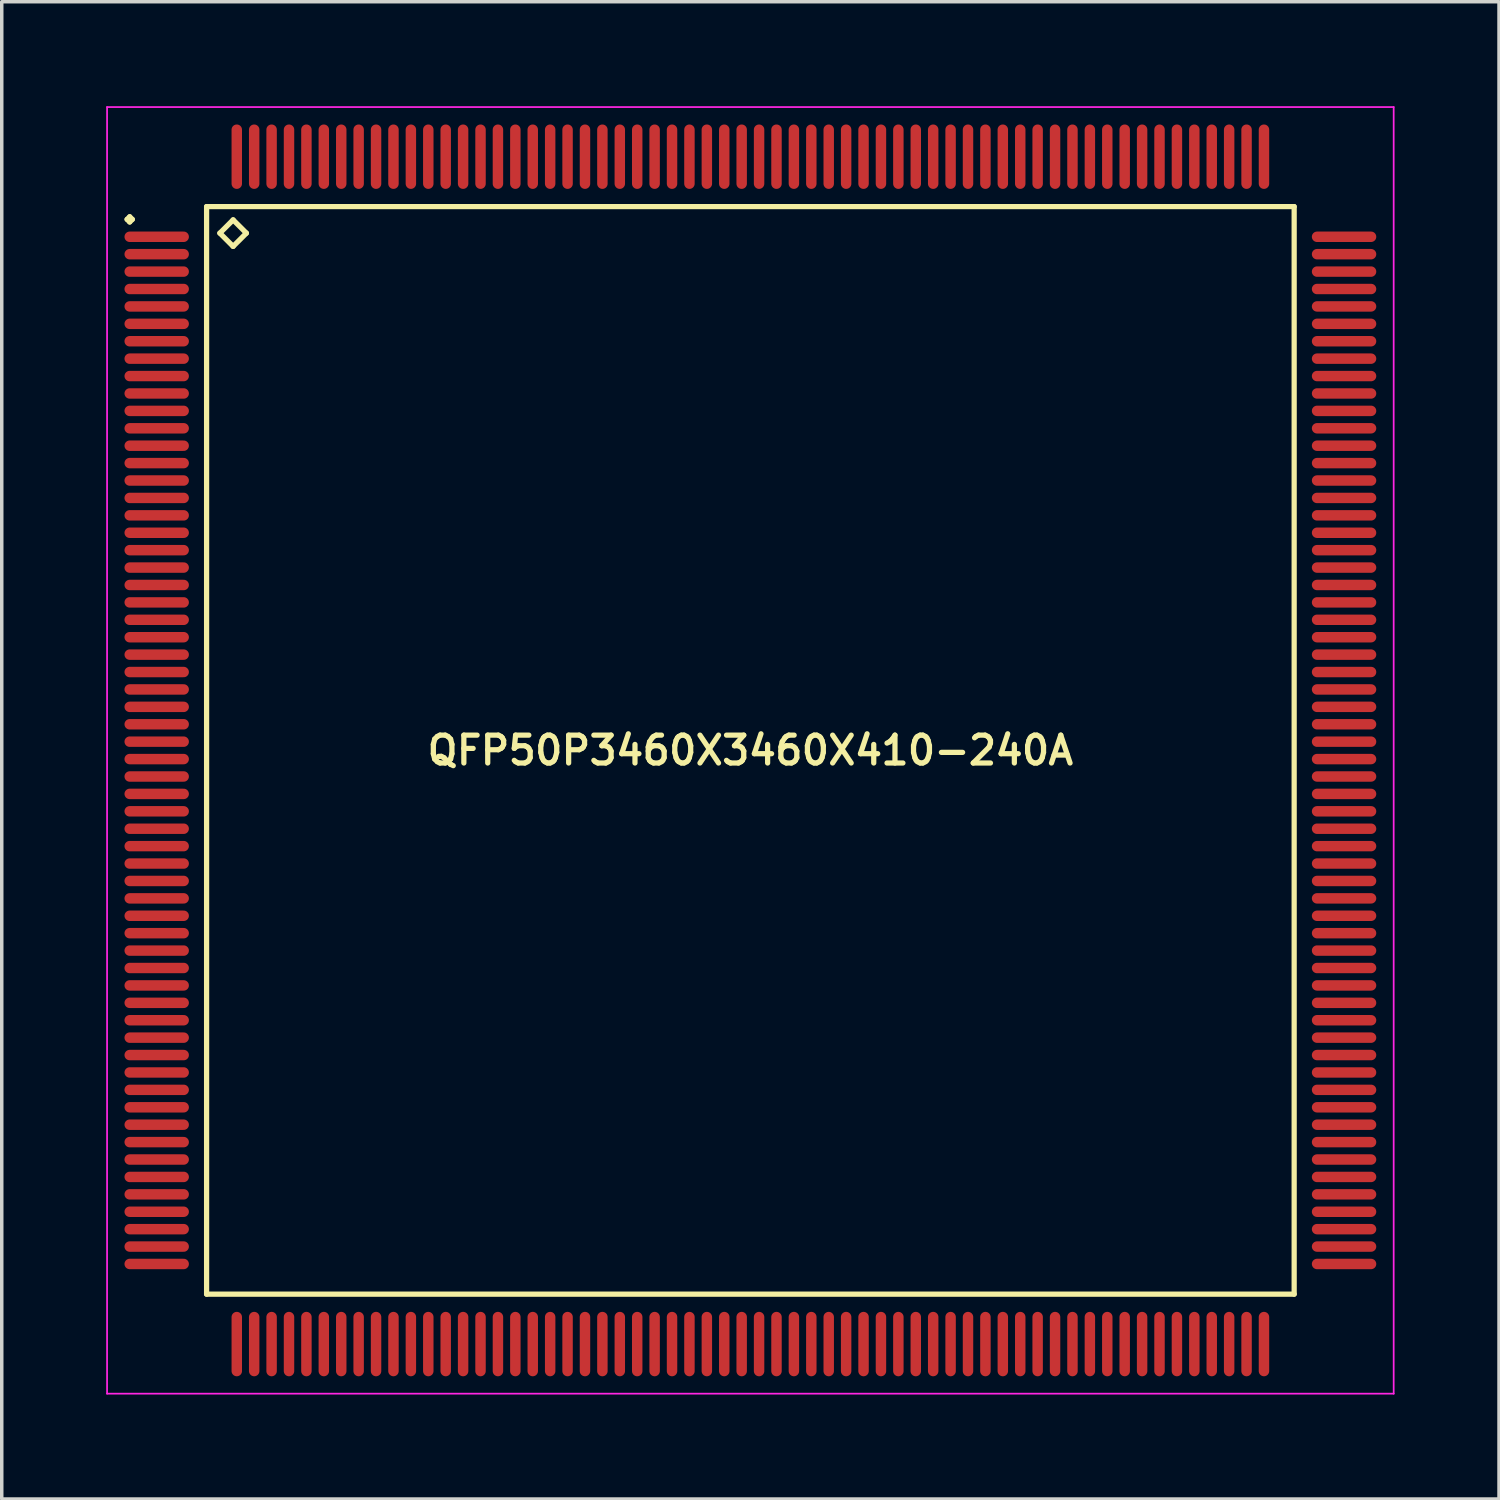
<source format=kicad_pcb>
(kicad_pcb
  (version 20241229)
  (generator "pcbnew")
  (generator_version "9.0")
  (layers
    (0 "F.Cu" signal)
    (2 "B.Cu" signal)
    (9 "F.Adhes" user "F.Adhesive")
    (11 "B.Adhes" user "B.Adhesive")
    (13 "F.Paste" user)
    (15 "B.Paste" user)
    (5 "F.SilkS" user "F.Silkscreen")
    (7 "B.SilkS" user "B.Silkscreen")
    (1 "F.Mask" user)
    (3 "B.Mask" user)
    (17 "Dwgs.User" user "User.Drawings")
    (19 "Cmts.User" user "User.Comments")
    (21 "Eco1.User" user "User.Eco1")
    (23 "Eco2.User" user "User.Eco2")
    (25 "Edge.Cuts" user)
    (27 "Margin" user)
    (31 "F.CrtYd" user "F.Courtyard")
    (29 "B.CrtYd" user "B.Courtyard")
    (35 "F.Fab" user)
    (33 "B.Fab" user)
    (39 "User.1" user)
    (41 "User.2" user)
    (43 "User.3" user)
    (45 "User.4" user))
  (footprint "QFP50P3460X3460X410-240A"
    (layer "F.Cu")
    (at 18.5 18.5)
    (property "Reference" "QFP50P3460X3460X410-240A" (at 0 0 0) (layer "F.SilkS") (effects (font (size 0.8 0.8) (thickness 0.15))))
    (attr smd)
    (fp_line (start -17.9 -15.25) (end -17.825 -15.325) (stroke (width 0.15) (type solid)) (layer "F.SilkS"))
    (fp_line (start -17.825 -15.325) (end -17.75 -15.25) (stroke (width 0.15) (type solid)) (layer "F.SilkS"))
    (fp_line (start -17.825 -15.175) (end -17.9 -15.25) (stroke (width 0.15) (type solid)) (layer "F.SilkS"))
    (fp_line (start -17.75 -15.25) (end -17.825 -15.175) (stroke (width 0.15) (type solid)) (layer "F.SilkS"))
    (fp_line (start -15.617 -15.617) (end -15.617 15.617) (stroke (width 0.15) (type solid)) (layer "F.SilkS"))
    (fp_line (start -15.617 15.617) (end 15.617 15.617) (stroke (width 0.15) (type solid)) (layer "F.SilkS"))
    (fp_line (start -15.236 -14.855) (end -14.855 -15.236) (stroke (width 0.15) (type solid)) (layer "F.SilkS"))
    (fp_line (start -14.855 -15.236) (end -14.474 -14.855) (stroke (width 0.15) (type solid)) (layer "F.SilkS"))
    (fp_line (start -14.855 -14.474) (end -15.236 -14.855) (stroke (width 0.15) (type solid)) (layer "F.SilkS"))
    (fp_line (start -14.474 -14.855) (end -14.855 -14.474) (stroke (width 0.15) (type solid)) (layer "F.SilkS"))
    (fp_line (start 15.617 -15.617) (end -15.617 -15.617) (stroke (width 0.15) (type solid)) (layer "F.SilkS"))
    (fp_line (start 15.617 15.617) (end 15.617 -15.617) (stroke (width 0.15) (type solid)) (layer "F.SilkS"))
    (fp_line (start -18.475 -18.475) (end 18.475 -18.475) (stroke (width 0.05) (type solid)) (layer "F.CrtYd"))
    (fp_line (start -18.475 18.475) (end -18.475 -18.475) (stroke (width 0.05) (type solid)) (layer "F.CrtYd"))
    (fp_line (start 18.475 -18.475) (end 18.475 18.475) (stroke (width 0.05) (type solid)) (layer "F.CrtYd"))
    (fp_line (start 18.475 18.475) (end -18.475 18.475) (stroke (width 0.05) (type solid)) (layer "F.CrtYd"))
    (pad "1" smd oval (at -17.05 -14.75) (size 1.85 0.3) (layers "F.Cu" "F.Mask" "F.Paste"))
    (pad "2" smd oval (at -17.05 -14.25) (size 1.85 0.3) (layers "F.Cu" "F.Mask" "F.Paste"))
    (pad "3" smd oval (at -17.05 -13.75) (size 1.85 0.3) (layers "F.Cu" "F.Mask" "F.Paste"))
    (pad "4" smd oval (at -17.05 -13.25) (size 1.85 0.3) (layers "F.Cu" "F.Mask" "F.Paste"))
    (pad "5" smd oval (at -17.05 -12.75) (size 1.85 0.3) (layers "F.Cu" "F.Mask" "F.Paste"))
    (pad "6" smd oval (at -17.05 -12.25) (size 1.85 0.3) (layers "F.Cu" "F.Mask" "F.Paste"))
    (pad "7" smd oval (at -17.05 -11.75) (size 1.85 0.3) (layers "F.Cu" "F.Mask" "F.Paste"))
    (pad "8" smd oval (at -17.05 -11.25) (size 1.85 0.3) (layers "F.Cu" "F.Mask" "F.Paste"))
    (pad "9" smd oval (at -17.05 -10.75) (size 1.85 0.3) (layers "F.Cu" "F.Mask" "F.Paste"))
    (pad "10" smd oval (at -17.05 -10.25) (size 1.85 0.3) (layers "F.Cu" "F.Mask" "F.Paste"))
    (pad "11" smd oval (at -17.05 -9.75) (size 1.85 0.3) (layers "F.Cu" "F.Mask" "F.Paste"))
    (pad "12" smd oval (at -17.05 -9.25) (size 1.85 0.3) (layers "F.Cu" "F.Mask" "F.Paste"))
    (pad "13" smd oval (at -17.05 -8.75) (size 1.85 0.3) (layers "F.Cu" "F.Mask" "F.Paste"))
    (pad "14" smd oval (at -17.05 -8.25) (size 1.85 0.3) (layers "F.Cu" "F.Mask" "F.Paste"))
    (pad "15" smd oval (at -17.05 -7.75) (size 1.85 0.3) (layers "F.Cu" "F.Mask" "F.Paste"))
    (pad "16" smd oval (at -17.05 -7.25) (size 1.85 0.3) (layers "F.Cu" "F.Mask" "F.Paste"))
    (pad "17" smd oval (at -17.05 -6.75) (size 1.85 0.3) (layers "F.Cu" "F.Mask" "F.Paste"))
    (pad "18" smd oval (at -17.05 -6.25) (size 1.85 0.3) (layers "F.Cu" "F.Mask" "F.Paste"))
    (pad "19" smd oval (at -17.05 -5.75) (size 1.85 0.3) (layers "F.Cu" "F.Mask" "F.Paste"))
    (pad "20" smd oval (at -17.05 -5.25) (size 1.85 0.3) (layers "F.Cu" "F.Mask" "F.Paste"))
    (pad "21" smd oval (at -17.05 -4.75) (size 1.85 0.3) (layers "F.Cu" "F.Mask" "F.Paste"))
    (pad "22" smd oval (at -17.05 -4.25) (size 1.85 0.3) (layers "F.Cu" "F.Mask" "F.Paste"))
    (pad "23" smd oval (at -17.05 -3.75) (size 1.85 0.3) (layers "F.Cu" "F.Mask" "F.Paste"))
    (pad "24" smd oval (at -17.05 -3.25) (size 1.85 0.3) (layers "F.Cu" "F.Mask" "F.Paste"))
    (pad "25" smd oval (at -17.05 -2.75) (size 1.85 0.3) (layers "F.Cu" "F.Mask" "F.Paste"))
    (pad "26" smd oval (at -17.05 -2.25) (size 1.85 0.3) (layers "F.Cu" "F.Mask" "F.Paste"))
    (pad "27" smd oval (at -17.05 -1.75) (size 1.85 0.3) (layers "F.Cu" "F.Mask" "F.Paste"))
    (pad "28" smd oval (at -17.05 -1.25) (size 1.85 0.3) (layers "F.Cu" "F.Mask" "F.Paste"))
    (pad "29" smd oval (at -17.05 -0.75) (size 1.85 0.3) (layers "F.Cu" "F.Mask" "F.Paste"))
    (pad "30" smd oval (at -17.05 -0.25) (size 1.85 0.3) (layers "F.Cu" "F.Mask" "F.Paste"))
    (pad "31" smd oval (at -17.05 0.25) (size 1.85 0.3) (layers "F.Cu" "F.Mask" "F.Paste"))
    (pad "32" smd oval (at -17.05 0.75) (size 1.85 0.3) (layers "F.Cu" "F.Mask" "F.Paste"))
    (pad "33" smd oval (at -17.05 1.25) (size 1.85 0.3) (layers "F.Cu" "F.Mask" "F.Paste"))
    (pad "34" smd oval (at -17.05 1.75) (size 1.85 0.3) (layers "F.Cu" "F.Mask" "F.Paste"))
    (pad "35" smd oval (at -17.05 2.25) (size 1.85 0.3) (layers "F.Cu" "F.Mask" "F.Paste"))
    (pad "36" smd oval (at -17.05 2.75) (size 1.85 0.3) (layers "F.Cu" "F.Mask" "F.Paste"))
    (pad "37" smd oval (at -17.05 3.25) (size 1.85 0.3) (layers "F.Cu" "F.Mask" "F.Paste"))
    (pad "38" smd oval (at -17.05 3.75) (size 1.85 0.3) (layers "F.Cu" "F.Mask" "F.Paste"))
    (pad "39" smd oval (at -17.05 4.25) (size 1.85 0.3) (layers "F.Cu" "F.Mask" "F.Paste"))
    (pad "40" smd oval (at -17.05 4.75) (size 1.85 0.3) (layers "F.Cu" "F.Mask" "F.Paste"))
    (pad "41" smd oval (at -17.05 5.25) (size 1.85 0.3) (layers "F.Cu" "F.Mask" "F.Paste"))
    (pad "42" smd oval (at -17.05 5.75) (size 1.85 0.3) (layers "F.Cu" "F.Mask" "F.Paste"))
    (pad "43" smd oval (at -17.05 6.25) (size 1.85 0.3) (layers "F.Cu" "F.Mask" "F.Paste"))
    (pad "44" smd oval (at -17.05 6.75) (size 1.85 0.3) (layers "F.Cu" "F.Mask" "F.Paste"))
    (pad "45" smd oval (at -17.05 7.25) (size 1.85 0.3) (layers "F.Cu" "F.Mask" "F.Paste"))
    (pad "46" smd oval (at -17.05 7.75) (size 1.85 0.3) (layers "F.Cu" "F.Mask" "F.Paste"))
    (pad "47" smd oval (at -17.05 8.25) (size 1.85 0.3) (layers "F.Cu" "F.Mask" "F.Paste"))
    (pad "48" smd oval (at -17.05 8.75) (size 1.85 0.3) (layers "F.Cu" "F.Mask" "F.Paste"))
    (pad "49" smd oval (at -17.05 9.25) (size 1.85 0.3) (layers "F.Cu" "F.Mask" "F.Paste"))
    (pad "50" smd oval (at -17.05 9.75) (size 1.85 0.3) (layers "F.Cu" "F.Mask" "F.Paste"))
    (pad "51" smd oval (at -17.05 10.25) (size 1.85 0.3) (layers "F.Cu" "F.Mask" "F.Paste"))
    (pad "52" smd oval (at -17.05 10.75) (size 1.85 0.3) (layers "F.Cu" "F.Mask" "F.Paste"))
    (pad "53" smd oval (at -17.05 11.25) (size 1.85 0.3) (layers "F.Cu" "F.Mask" "F.Paste"))
    (pad "54" smd oval (at -17.05 11.75) (size 1.85 0.3) (layers "F.Cu" "F.Mask" "F.Paste"))
    (pad "55" smd oval (at -17.05 12.25) (size 1.85 0.3) (layers "F.Cu" "F.Mask" "F.Paste"))
    (pad "56" smd oval (at -17.05 12.75) (size 1.85 0.3) (layers "F.Cu" "F.Mask" "F.Paste"))
    (pad "57" smd oval (at -17.05 13.25) (size 1.85 0.3) (layers "F.Cu" "F.Mask" "F.Paste"))
    (pad "58" smd oval (at -17.05 13.75) (size 1.85 0.3) (layers "F.Cu" "F.Mask" "F.Paste"))
    (pad "59" smd oval (at -17.05 14.25) (size 1.85 0.3) (layers "F.Cu" "F.Mask" "F.Paste"))
    (pad "60" smd oval (at -17.05 14.75) (size 1.85 0.3) (layers "F.Cu" "F.Mask" "F.Paste"))
    (pad "61" smd oval (at -14.75 17.05) (size 0.3 1.85) (layers "F.Cu" "F.Mask" "F.Paste"))
    (pad "62" smd oval (at -14.25 17.05) (size 0.3 1.85) (layers "F.Cu" "F.Mask" "F.Paste"))
    (pad "63" smd oval (at -13.75 17.05) (size 0.3 1.85) (layers "F.Cu" "F.Mask" "F.Paste"))
    (pad "64" smd oval (at -13.25 17.05) (size 0.3 1.85) (layers "F.Cu" "F.Mask" "F.Paste"))
    (pad "65" smd oval (at -12.75 17.05) (size 0.3 1.85) (layers "F.Cu" "F.Mask" "F.Paste"))
    (pad "66" smd oval (at -12.25 17.05) (size 0.3 1.85) (layers "F.Cu" "F.Mask" "F.Paste"))
    (pad "67" smd oval (at -11.75 17.05) (size 0.3 1.85) (layers "F.Cu" "F.Mask" "F.Paste"))
    (pad "68" smd oval (at -11.25 17.05) (size 0.3 1.85) (layers "F.Cu" "F.Mask" "F.Paste"))
    (pad "69" smd oval (at -10.75 17.05) (size 0.3 1.85) (layers "F.Cu" "F.Mask" "F.Paste"))
    (pad "70" smd oval (at -10.25 17.05) (size 0.3 1.85) (layers "F.Cu" "F.Mask" "F.Paste"))
    (pad "71" smd oval (at -9.75 17.05) (size 0.3 1.85) (layers "F.Cu" "F.Mask" "F.Paste"))
    (pad "72" smd oval (at -9.25 17.05) (size 0.3 1.85) (layers "F.Cu" "F.Mask" "F.Paste"))
    (pad "73" smd oval (at -8.75 17.05) (size 0.3 1.85) (layers "F.Cu" "F.Mask" "F.Paste"))
    (pad "74" smd oval (at -8.25 17.05) (size 0.3 1.85) (layers "F.Cu" "F.Mask" "F.Paste"))
    (pad "75" smd oval (at -7.75 17.05) (size 0.3 1.85) (layers "F.Cu" "F.Mask" "F.Paste"))
    (pad "76" smd oval (at -7.25 17.05) (size 0.3 1.85) (layers "F.Cu" "F.Mask" "F.Paste"))
    (pad "77" smd oval (at -6.75 17.05) (size 0.3 1.85) (layers "F.Cu" "F.Mask" "F.Paste"))
    (pad "78" smd oval (at -6.25 17.05) (size 0.3 1.85) (layers "F.Cu" "F.Mask" "F.Paste"))
    (pad "79" smd oval (at -5.75 17.05) (size 0.3 1.85) (layers "F.Cu" "F.Mask" "F.Paste"))
    (pad "80" smd oval (at -5.25 17.05) (size 0.3 1.85) (layers "F.Cu" "F.Mask" "F.Paste"))
    (pad "81" smd oval (at -4.75 17.05) (size 0.3 1.85) (layers "F.Cu" "F.Mask" "F.Paste"))
    (pad "82" smd oval (at -4.25 17.05) (size 0.3 1.85) (layers "F.Cu" "F.Mask" "F.Paste"))
    (pad "83" smd oval (at -3.75 17.05) (size 0.3 1.85) (layers "F.Cu" "F.Mask" "F.Paste"))
    (pad "84" smd oval (at -3.25 17.05) (size 0.3 1.85) (layers "F.Cu" "F.Mask" "F.Paste"))
    (pad "85" smd oval (at -2.75 17.05) (size 0.3 1.85) (layers "F.Cu" "F.Mask" "F.Paste"))
    (pad "86" smd oval (at -2.25 17.05) (size 0.3 1.85) (layers "F.Cu" "F.Mask" "F.Paste"))
    (pad "87" smd oval (at -1.75 17.05) (size 0.3 1.85) (layers "F.Cu" "F.Mask" "F.Paste"))
    (pad "88" smd oval (at -1.25 17.05) (size 0.3 1.85) (layers "F.Cu" "F.Mask" "F.Paste"))
    (pad "89" smd oval (at -0.75 17.05) (size 0.3 1.85) (layers "F.Cu" "F.Mask" "F.Paste"))
    (pad "90" smd oval (at -0.25 17.05) (size 0.3 1.85) (layers "F.Cu" "F.Mask" "F.Paste"))
    (pad "91" smd oval (at 0.25 17.05) (size 0.3 1.85) (layers "F.Cu" "F.Mask" "F.Paste"))
    (pad "92" smd oval (at 0.75 17.05) (size 0.3 1.85) (layers "F.Cu" "F.Mask" "F.Paste"))
    (pad "93" smd oval (at 1.25 17.05) (size 0.3 1.85) (layers "F.Cu" "F.Mask" "F.Paste"))
    (pad "94" smd oval (at 1.75 17.05) (size 0.3 1.85) (layers "F.Cu" "F.Mask" "F.Paste"))
    (pad "95" smd oval (at 2.25 17.05) (size 0.3 1.85) (layers "F.Cu" "F.Mask" "F.Paste"))
    (pad "96" smd oval (at 2.75 17.05) (size 0.3 1.85) (layers "F.Cu" "F.Mask" "F.Paste"))
    (pad "97" smd oval (at 3.25 17.05) (size 0.3 1.85) (layers "F.Cu" "F.Mask" "F.Paste"))
    (pad "98" smd oval (at 3.75 17.05) (size 0.3 1.85) (layers "F.Cu" "F.Mask" "F.Paste"))
    (pad "99" smd oval (at 4.25 17.05) (size 0.3 1.85) (layers "F.Cu" "F.Mask" "F.Paste"))
    (pad "100" smd oval (at 4.75 17.05) (size 0.3 1.85) (layers "F.Cu" "F.Mask" "F.Paste"))
    (pad "101" smd oval (at 5.25 17.05) (size 0.3 1.85) (layers "F.Cu" "F.Mask" "F.Paste"))
    (pad "102" smd oval (at 5.75 17.05) (size 0.3 1.85) (layers "F.Cu" "F.Mask" "F.Paste"))
    (pad "103" smd oval (at 6.25 17.05) (size 0.3 1.85) (layers "F.Cu" "F.Mask" "F.Paste"))
    (pad "104" smd oval (at 6.75 17.05) (size 0.3 1.85) (layers "F.Cu" "F.Mask" "F.Paste"))
    (pad "105" smd oval (at 7.25 17.05) (size 0.3 1.85) (layers "F.Cu" "F.Mask" "F.Paste"))
    (pad "106" smd oval (at 7.75 17.05) (size 0.3 1.85) (layers "F.Cu" "F.Mask" "F.Paste"))
    (pad "107" smd oval (at 8.25 17.05) (size 0.3 1.85) (layers "F.Cu" "F.Mask" "F.Paste"))
    (pad "108" smd oval (at 8.75 17.05) (size 0.3 1.85) (layers "F.Cu" "F.Mask" "F.Paste"))
    (pad "109" smd oval (at 9.25 17.05) (size 0.3 1.85) (layers "F.Cu" "F.Mask" "F.Paste"))
    (pad "110" smd oval (at 9.75 17.05) (size 0.3 1.85) (layers "F.Cu" "F.Mask" "F.Paste"))
    (pad "111" smd oval (at 10.25 17.05) (size 0.3 1.85) (layers "F.Cu" "F.Mask" "F.Paste"))
    (pad "112" smd oval (at 10.75 17.05) (size 0.3 1.85) (layers "F.Cu" "F.Mask" "F.Paste"))
    (pad "113" smd oval (at 11.25 17.05) (size 0.3 1.85) (layers "F.Cu" "F.Mask" "F.Paste"))
    (pad "114" smd oval (at 11.75 17.05) (size 0.3 1.85) (layers "F.Cu" "F.Mask" "F.Paste"))
    (pad "115" smd oval (at 12.25 17.05) (size 0.3 1.85) (layers "F.Cu" "F.Mask" "F.Paste"))
    (pad "116" smd oval (at 12.75 17.05) (size 0.3 1.85) (layers "F.Cu" "F.Mask" "F.Paste"))
    (pad "117" smd oval (at 13.25 17.05) (size 0.3 1.85) (layers "F.Cu" "F.Mask" "F.Paste"))
    (pad "118" smd oval (at 13.75 17.05) (size 0.3 1.85) (layers "F.Cu" "F.Mask" "F.Paste"))
    (pad "119" smd oval (at 14.25 17.05) (size 0.3 1.85) (layers "F.Cu" "F.Mask" "F.Paste"))
    (pad "120" smd oval (at 14.75 17.05) (size 0.3 1.85) (layers "F.Cu" "F.Mask" "F.Paste"))
    (pad "121" smd oval (at 17.05 14.75) (size 1.85 0.3) (layers "F.Cu" "F.Mask" "F.Paste"))
    (pad "122" smd oval (at 17.05 14.25) (size 1.85 0.3) (layers "F.Cu" "F.Mask" "F.Paste"))
    (pad "123" smd oval (at 17.05 13.75) (size 1.85 0.3) (layers "F.Cu" "F.Mask" "F.Paste"))
    (pad "124" smd oval (at 17.05 13.25) (size 1.85 0.3) (layers "F.Cu" "F.Mask" "F.Paste"))
    (pad "125" smd oval (at 17.05 12.75) (size 1.85 0.3) (layers "F.Cu" "F.Mask" "F.Paste"))
    (pad "126" smd oval (at 17.05 12.25) (size 1.85 0.3) (layers "F.Cu" "F.Mask" "F.Paste"))
    (pad "127" smd oval (at 17.05 11.75) (size 1.85 0.3) (layers "F.Cu" "F.Mask" "F.Paste"))
    (pad "128" smd oval (at 17.05 11.25) (size 1.85 0.3) (layers "F.Cu" "F.Mask" "F.Paste"))
    (pad "129" smd oval (at 17.05 10.75) (size 1.85 0.3) (layers "F.Cu" "F.Mask" "F.Paste"))
    (pad "130" smd oval (at 17.05 10.25) (size 1.85 0.3) (layers "F.Cu" "F.Mask" "F.Paste"))
    (pad "131" smd oval (at 17.05 9.75) (size 1.85 0.3) (layers "F.Cu" "F.Mask" "F.Paste"))
    (pad "132" smd oval (at 17.05 9.25) (size 1.85 0.3) (layers "F.Cu" "F.Mask" "F.Paste"))
    (pad "133" smd oval (at 17.05 8.75) (size 1.85 0.3) (layers "F.Cu" "F.Mask" "F.Paste"))
    (pad "134" smd oval (at 17.05 8.25) (size 1.85 0.3) (layers "F.Cu" "F.Mask" "F.Paste"))
    (pad "135" smd oval (at 17.05 7.75) (size 1.85 0.3) (layers "F.Cu" "F.Mask" "F.Paste"))
    (pad "136" smd oval (at 17.05 7.25) (size 1.85 0.3) (layers "F.Cu" "F.Mask" "F.Paste"))
    (pad "137" smd oval (at 17.05 6.75) (size 1.85 0.3) (layers "F.Cu" "F.Mask" "F.Paste"))
    (pad "138" smd oval (at 17.05 6.25) (size 1.85 0.3) (layers "F.Cu" "F.Mask" "F.Paste"))
    (pad "139" smd oval (at 17.05 5.75) (size 1.85 0.3) (layers "F.Cu" "F.Mask" "F.Paste"))
    (pad "140" smd oval (at 17.05 5.25) (size 1.85 0.3) (layers "F.Cu" "F.Mask" "F.Paste"))
    (pad "141" smd oval (at 17.05 4.75) (size 1.85 0.3) (layers "F.Cu" "F.Mask" "F.Paste"))
    (pad "142" smd oval (at 17.05 4.25) (size 1.85 0.3) (layers "F.Cu" "F.Mask" "F.Paste"))
    (pad "143" smd oval (at 17.05 3.75) (size 1.85 0.3) (layers "F.Cu" "F.Mask" "F.Paste"))
    (pad "144" smd oval (at 17.05 3.25) (size 1.85 0.3) (layers "F.Cu" "F.Mask" "F.Paste"))
    (pad "145" smd oval (at 17.05 2.75) (size 1.85 0.3) (layers "F.Cu" "F.Mask" "F.Paste"))
    (pad "146" smd oval (at 17.05 2.25) (size 1.85 0.3) (layers "F.Cu" "F.Mask" "F.Paste"))
    (pad "147" smd oval (at 17.05 1.75) (size 1.85 0.3) (layers "F.Cu" "F.Mask" "F.Paste"))
    (pad "148" smd oval (at 17.05 1.25) (size 1.85 0.3) (layers "F.Cu" "F.Mask" "F.Paste"))
    (pad "149" smd oval (at 17.05 0.75) (size 1.85 0.3) (layers "F.Cu" "F.Mask" "F.Paste"))
    (pad "150" smd oval (at 17.05 0.25) (size 1.85 0.3) (layers "F.Cu" "F.Mask" "F.Paste"))
    (pad "151" smd oval (at 17.05 -0.25) (size 1.85 0.3) (layers "F.Cu" "F.Mask" "F.Paste"))
    (pad "152" smd oval (at 17.05 -0.75) (size 1.85 0.3) (layers "F.Cu" "F.Mask" "F.Paste"))
    (pad "153" smd oval (at 17.05 -1.25) (size 1.85 0.3) (layers "F.Cu" "F.Mask" "F.Paste"))
    (pad "154" smd oval (at 17.05 -1.75) (size 1.85 0.3) (layers "F.Cu" "F.Mask" "F.Paste"))
    (pad "155" smd oval (at 17.05 -2.25) (size 1.85 0.3) (layers "F.Cu" "F.Mask" "F.Paste"))
    (pad "156" smd oval (at 17.05 -2.75) (size 1.85 0.3) (layers "F.Cu" "F.Mask" "F.Paste"))
    (pad "157" smd oval (at 17.05 -3.25) (size 1.85 0.3) (layers "F.Cu" "F.Mask" "F.Paste"))
    (pad "158" smd oval (at 17.05 -3.75) (size 1.85 0.3) (layers "F.Cu" "F.Mask" "F.Paste"))
    (pad "159" smd oval (at 17.05 -4.25) (size 1.85 0.3) (layers "F.Cu" "F.Mask" "F.Paste"))
    (pad "160" smd oval (at 17.05 -4.75) (size 1.85 0.3) (layers "F.Cu" "F.Mask" "F.Paste"))
    (pad "161" smd oval (at 17.05 -5.25) (size 1.85 0.3) (layers "F.Cu" "F.Mask" "F.Paste"))
    (pad "162" smd oval (at 17.05 -5.75) (size 1.85 0.3) (layers "F.Cu" "F.Mask" "F.Paste"))
    (pad "163" smd oval (at 17.05 -6.25) (size 1.85 0.3) (layers "F.Cu" "F.Mask" "F.Paste"))
    (pad "164" smd oval (at 17.05 -6.75) (size 1.85 0.3) (layers "F.Cu" "F.Mask" "F.Paste"))
    (pad "165" smd oval (at 17.05 -7.25) (size 1.85 0.3) (layers "F.Cu" "F.Mask" "F.Paste"))
    (pad "166" smd oval (at 17.05 -7.75) (size 1.85 0.3) (layers "F.Cu" "F.Mask" "F.Paste"))
    (pad "167" smd oval (at 17.05 -8.25) (size 1.85 0.3) (layers "F.Cu" "F.Mask" "F.Paste"))
    (pad "168" smd oval (at 17.05 -8.75) (size 1.85 0.3) (layers "F.Cu" "F.Mask" "F.Paste"))
    (pad "169" smd oval (at 17.05 -9.25) (size 1.85 0.3) (layers "F.Cu" "F.Mask" "F.Paste"))
    (pad "170" smd oval (at 17.05 -9.75) (size 1.85 0.3) (layers "F.Cu" "F.Mask" "F.Paste"))
    (pad "171" smd oval (at 17.05 -10.25) (size 1.85 0.3) (layers "F.Cu" "F.Mask" "F.Paste"))
    (pad "172" smd oval (at 17.05 -10.75) (size 1.85 0.3) (layers "F.Cu" "F.Mask" "F.Paste"))
    (pad "173" smd oval (at 17.05 -11.25) (size 1.85 0.3) (layers "F.Cu" "F.Mask" "F.Paste"))
    (pad "174" smd oval (at 17.05 -11.75) (size 1.85 0.3) (layers "F.Cu" "F.Mask" "F.Paste"))
    (pad "175" smd oval (at 17.05 -12.25) (size 1.85 0.3) (layers "F.Cu" "F.Mask" "F.Paste"))
    (pad "176" smd oval (at 17.05 -12.75) (size 1.85 0.3) (layers "F.Cu" "F.Mask" "F.Paste"))
    (pad "177" smd oval (at 17.05 -13.25) (size 1.85 0.3) (layers "F.Cu" "F.Mask" "F.Paste"))
    (pad "178" smd oval (at 17.05 -13.75) (size 1.85 0.3) (layers "F.Cu" "F.Mask" "F.Paste"))
    (pad "179" smd oval (at 17.05 -14.25) (size 1.85 0.3) (layers "F.Cu" "F.Mask" "F.Paste"))
    (pad "180" smd oval (at 17.05 -14.75) (size 1.85 0.3) (layers "F.Cu" "F.Mask" "F.Paste"))
    (pad "181" smd oval (at 14.75 -17.05) (size 0.3 1.85) (layers "F.Cu" "F.Mask" "F.Paste"))
    (pad "182" smd oval (at 14.25 -17.05) (size 0.3 1.85) (layers "F.Cu" "F.Mask" "F.Paste"))
    (pad "183" smd oval (at 13.75 -17.05) (size 0.3 1.85) (layers "F.Cu" "F.Mask" "F.Paste"))
    (pad "184" smd oval (at 13.25 -17.05) (size 0.3 1.85) (layers "F.Cu" "F.Mask" "F.Paste"))
    (pad "185" smd oval (at 12.75 -17.05) (size 0.3 1.85) (layers "F.Cu" "F.Mask" "F.Paste"))
    (pad "186" smd oval (at 12.25 -17.05) (size 0.3 1.85) (layers "F.Cu" "F.Mask" "F.Paste"))
    (pad "187" smd oval (at 11.75 -17.05) (size 0.3 1.85) (layers "F.Cu" "F.Mask" "F.Paste"))
    (pad "188" smd oval (at 11.25 -17.05) (size 0.3 1.85) (layers "F.Cu" "F.Mask" "F.Paste"))
    (pad "189" smd oval (at 10.75 -17.05) (size 0.3 1.85) (layers "F.Cu" "F.Mask" "F.Paste"))
    (pad "190" smd oval (at 10.25 -17.05) (size 0.3 1.85) (layers "F.Cu" "F.Mask" "F.Paste"))
    (pad "191" smd oval (at 9.75 -17.05) (size 0.3 1.85) (layers "F.Cu" "F.Mask" "F.Paste"))
    (pad "192" smd oval (at 9.25 -17.05) (size 0.3 1.85) (layers "F.Cu" "F.Mask" "F.Paste"))
    (pad "193" smd oval (at 8.75 -17.05) (size 0.3 1.85) (layers "F.Cu" "F.Mask" "F.Paste"))
    (pad "194" smd oval (at 8.25 -17.05) (size 0.3 1.85) (layers "F.Cu" "F.Mask" "F.Paste"))
    (pad "195" smd oval (at 7.75 -17.05) (size 0.3 1.85) (layers "F.Cu" "F.Mask" "F.Paste"))
    (pad "196" smd oval (at 7.25 -17.05) (size 0.3 1.85) (layers "F.Cu" "F.Mask" "F.Paste"))
    (pad "197" smd oval (at 6.75 -17.05) (size 0.3 1.85) (layers "F.Cu" "F.Mask" "F.Paste"))
    (pad "198" smd oval (at 6.25 -17.05) (size 0.3 1.85) (layers "F.Cu" "F.Mask" "F.Paste"))
    (pad "199" smd oval (at 5.75 -17.05) (size 0.3 1.85) (layers "F.Cu" "F.Mask" "F.Paste"))
    (pad "200" smd oval (at 5.25 -17.05) (size 0.3 1.85) (layers "F.Cu" "F.Mask" "F.Paste"))
    (pad "201" smd oval (at 4.75 -17.05) (size 0.3 1.85) (layers "F.Cu" "F.Mask" "F.Paste"))
    (pad "202" smd oval (at 4.25 -17.05) (size 0.3 1.85) (layers "F.Cu" "F.Mask" "F.Paste"))
    (pad "203" smd oval (at 3.75 -17.05) (size 0.3 1.85) (layers "F.Cu" "F.Mask" "F.Paste"))
    (pad "204" smd oval (at 3.25 -17.05) (size 0.3 1.85) (layers "F.Cu" "F.Mask" "F.Paste"))
    (pad "205" smd oval (at 2.75 -17.05) (size 0.3 1.85) (layers "F.Cu" "F.Mask" "F.Paste"))
    (pad "206" smd oval (at 2.25 -17.05) (size 0.3 1.85) (layers "F.Cu" "F.Mask" "F.Paste"))
    (pad "207" smd oval (at 1.75 -17.05) (size 0.3 1.85) (layers "F.Cu" "F.Mask" "F.Paste"))
    (pad "208" smd oval (at 1.25 -17.05) (size 0.3 1.85) (layers "F.Cu" "F.Mask" "F.Paste"))
    (pad "209" smd oval (at 0.75 -17.05) (size 0.3 1.85) (layers "F.Cu" "F.Mask" "F.Paste"))
    (pad "210" smd oval (at 0.25 -17.05) (size 0.3 1.85) (layers "F.Cu" "F.Mask" "F.Paste"))
    (pad "211" smd oval (at -0.25 -17.05) (size 0.3 1.85) (layers "F.Cu" "F.Mask" "F.Paste"))
    (pad "212" smd oval (at -0.75 -17.05) (size 0.3 1.85) (layers "F.Cu" "F.Mask" "F.Paste"))
    (pad "213" smd oval (at -1.25 -17.05) (size 0.3 1.85) (layers "F.Cu" "F.Mask" "F.Paste"))
    (pad "214" smd oval (at -1.75 -17.05) (size 0.3 1.85) (layers "F.Cu" "F.Mask" "F.Paste"))
    (pad "215" smd oval (at -2.25 -17.05) (size 0.3 1.85) (layers "F.Cu" "F.Mask" "F.Paste"))
    (pad "216" smd oval (at -2.75 -17.05) (size 0.3 1.85) (layers "F.Cu" "F.Mask" "F.Paste"))
    (pad "217" smd oval (at -3.25 -17.05) (size 0.3 1.85) (layers "F.Cu" "F.Mask" "F.Paste"))
    (pad "218" smd oval (at -3.75 -17.05) (size 0.3 1.85) (layers "F.Cu" "F.Mask" "F.Paste"))
    (pad "219" smd oval (at -4.25 -17.05) (size 0.3 1.85) (layers "F.Cu" "F.Mask" "F.Paste"))
    (pad "220" smd oval (at -4.75 -17.05) (size 0.3 1.85) (layers "F.Cu" "F.Mask" "F.Paste"))
    (pad "221" smd oval (at -5.25 -17.05) (size 0.3 1.85) (layers "F.Cu" "F.Mask" "F.Paste"))
    (pad "222" smd oval (at -5.75 -17.05) (size 0.3 1.85) (layers "F.Cu" "F.Mask" "F.Paste"))
    (pad "223" smd oval (at -6.25 -17.05) (size 0.3 1.85) (layers "F.Cu" "F.Mask" "F.Paste"))
    (pad "224" smd oval (at -6.75 -17.05) (size 0.3 1.85) (layers "F.Cu" "F.Mask" "F.Paste"))
    (pad "225" smd oval (at -7.25 -17.05) (size 0.3 1.85) (layers "F.Cu" "F.Mask" "F.Paste"))
    (pad "226" smd oval (at -7.75 -17.05) (size 0.3 1.85) (layers "F.Cu" "F.Mask" "F.Paste"))
    (pad "227" smd oval (at -8.25 -17.05) (size 0.3 1.85) (layers "F.Cu" "F.Mask" "F.Paste"))
    (pad "228" smd oval (at -8.75 -17.05) (size 0.3 1.85) (layers "F.Cu" "F.Mask" "F.Paste"))
    (pad "229" smd oval (at -9.25 -17.05) (size 0.3 1.85) (layers "F.Cu" "F.Mask" "F.Paste"))
    (pad "230" smd oval (at -9.75 -17.05) (size 0.3 1.85) (layers "F.Cu" "F.Mask" "F.Paste"))
    (pad "231" smd oval (at -10.25 -17.05) (size 0.3 1.85) (layers "F.Cu" "F.Mask" "F.Paste"))
    (pad "232" smd oval (at -10.75 -17.05) (size 0.3 1.85) (layers "F.Cu" "F.Mask" "F.Paste"))
    (pad "233" smd oval (at -11.25 -17.05) (size 0.3 1.85) (layers "F.Cu" "F.Mask" "F.Paste"))
    (pad "234" smd oval (at -11.75 -17.05) (size 0.3 1.85) (layers "F.Cu" "F.Mask" "F.Paste"))
    (pad "235" smd oval (at -12.25 -17.05) (size 0.3 1.85) (layers "F.Cu" "F.Mask" "F.Paste"))
    (pad "236" smd oval (at -12.75 -17.05) (size 0.3 1.85) (layers "F.Cu" "F.Mask" "F.Paste"))
    (pad "237" smd oval (at -13.25 -17.05) (size 0.3 1.85) (layers "F.Cu" "F.Mask" "F.Paste"))
    (pad "238" smd oval (at -13.75 -17.05) (size 0.3 1.85) (layers "F.Cu" "F.Mask" "F.Paste"))
    (pad "239" smd oval (at -14.25 -17.05) (size 0.3 1.85) (layers "F.Cu" "F.Mask" "F.Paste"))
    (pad "240" smd oval (at -14.75 -17.05) (size 0.3 1.85) (layers "F.Cu" "F.Mask" "F.Paste")))
  (gr_rect
    (start -3 -3)
    (end 40 40)
    (stroke (width 0.1) (type default))
    (fill no)
    (layer "Edge.Cuts")))
</source>
